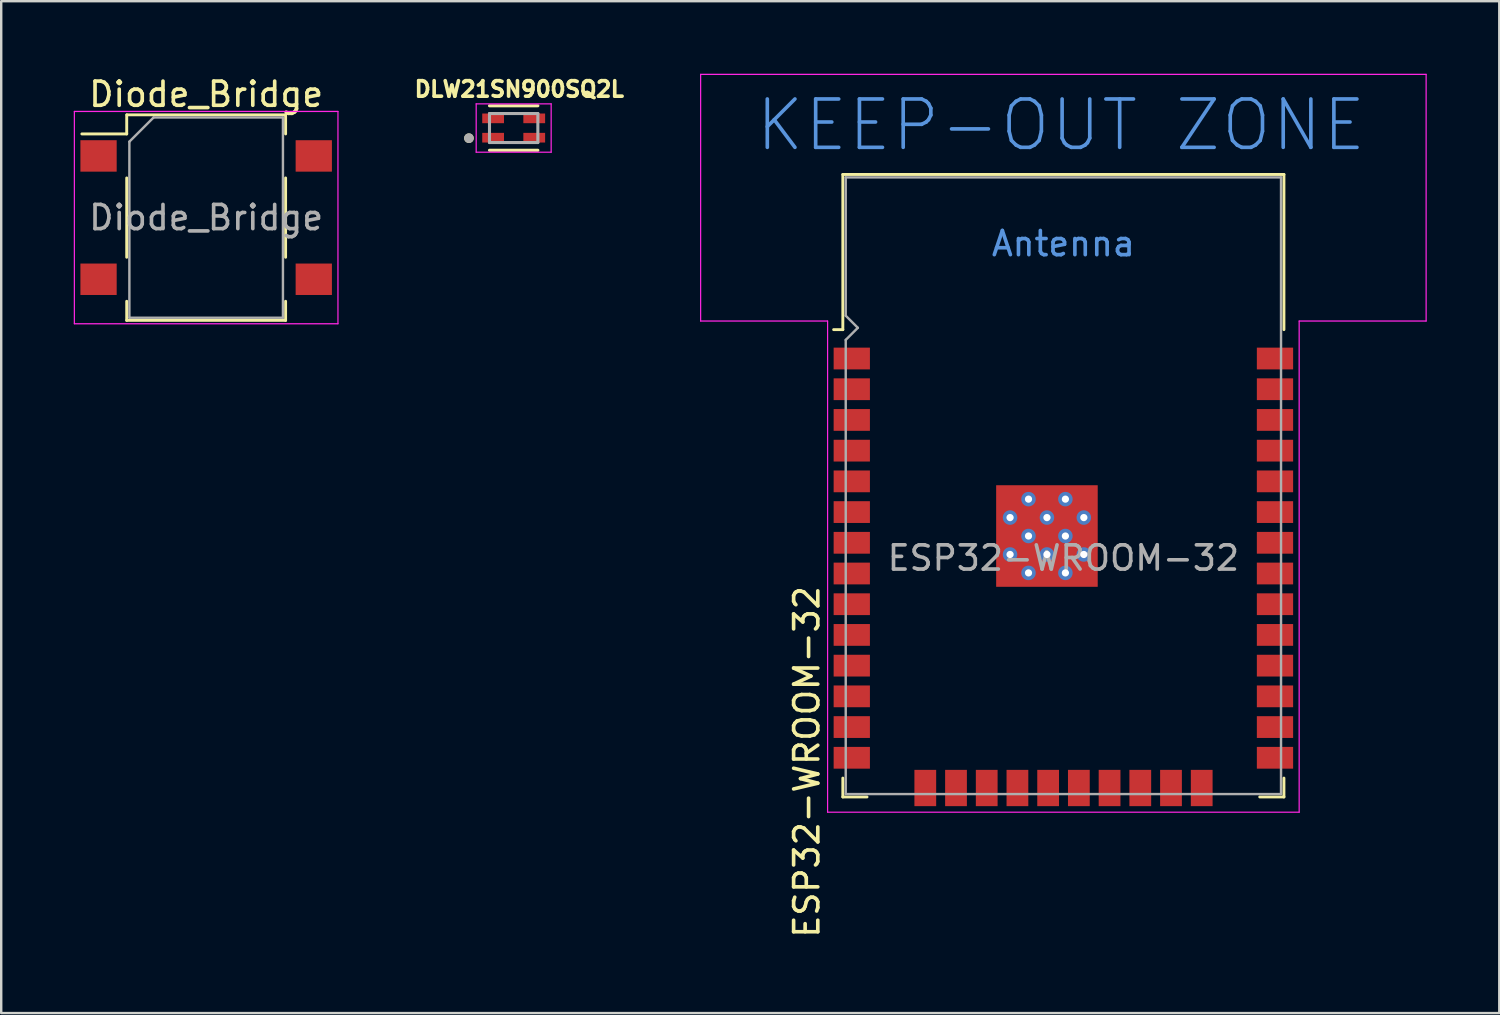
<source format=kicad_pcb>
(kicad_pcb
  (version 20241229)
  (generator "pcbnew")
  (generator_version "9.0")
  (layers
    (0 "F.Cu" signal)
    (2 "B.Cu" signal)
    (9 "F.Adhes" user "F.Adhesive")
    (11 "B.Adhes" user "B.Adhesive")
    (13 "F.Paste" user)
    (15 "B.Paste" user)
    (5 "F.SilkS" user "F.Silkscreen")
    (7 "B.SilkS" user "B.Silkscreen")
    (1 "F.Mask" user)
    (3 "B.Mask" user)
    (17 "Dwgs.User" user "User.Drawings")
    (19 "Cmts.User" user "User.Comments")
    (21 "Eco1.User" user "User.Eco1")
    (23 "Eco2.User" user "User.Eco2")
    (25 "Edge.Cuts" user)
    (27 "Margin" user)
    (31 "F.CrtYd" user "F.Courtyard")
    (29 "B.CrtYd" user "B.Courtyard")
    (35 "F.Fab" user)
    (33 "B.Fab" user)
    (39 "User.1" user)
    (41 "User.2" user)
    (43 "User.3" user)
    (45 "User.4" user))
  (footprint "Diode_Bridge"
    (layer "F.Cu")
    (at 5.475 5.948)
    (property "Reference" "Diode_Bridge" (at 0 -5.1 0) (layer "F.SilkS") (effects (font (size 1 1) (thickness 0.15))))
    (attr smd)
    (fp_line (start -3.285 -4.25) (end -3.285 -3.46) (stroke (width 0.12) (type solid)) (layer "F.SilkS"))
    (fp_line (start -3.285 -3.46) (end -5.14 -3.46) (stroke (width 0.12) (type solid)) (layer "F.SilkS"))
    (fp_line (start -3.285 -1.64) (end -3.285 1.64) (stroke (width 0.12) (type solid)) (layer "F.SilkS"))
    (fp_line (start -3.285 3.46) (end -3.285 4.25) (stroke (width 0.12) (type solid)) (layer "F.SilkS"))
    (fp_line (start -3.285 4.25) (end 3.285 4.25) (stroke (width 0.12) (type solid)) (layer "F.SilkS"))
    (fp_line (start -3.275 -4.25) (end 3.275 -4.25) (stroke (width 0.12) (type solid)) (layer "F.SilkS"))
    (fp_line (start 3.285 -3.46) (end 3.285 -4.25) (stroke (width 0.12) (type solid)) (layer "F.SilkS"))
    (fp_line (start 3.285 -1.64) (end 3.285 1.64) (stroke (width 0.12) (type solid)) (layer "F.SilkS"))
    (fp_line (start 3.285 4.25) (end 3.285 3.46) (stroke (width 0.12) (type solid)) (layer "F.SilkS"))
    (fp_line (start -5.45 -4.39) (end -5.45 4.39) (stroke (width 0.05) (type solid)) (layer "F.CrtYd"))
    (fp_line (start -5.45 -4.39) (end 5.45 -4.39) (stroke (width 0.05) (type solid)) (layer "F.CrtYd"))
    (fp_line (start 5.45 4.39) (end -5.45 4.39) (stroke (width 0.05) (type solid)) (layer "F.CrtYd"))
    (fp_line (start 5.45 4.39) (end 5.45 -4.39) (stroke (width 0.05) (type solid)) (layer "F.CrtYd"))
    (fp_line (start -3.175 -3.14) (end -2.175 -4.14) (stroke (width 0.1) (type solid)) (layer "F.Fab"))
    (fp_line (start -3.175 4.14) (end -3.175 -3.14) (stroke (width 0.1) (type solid)) (layer "F.Fab"))
    (fp_line (start -2.175 -4.14) (end 3.175 -4.14) (stroke (width 0.1) (type solid)) (layer "F.Fab"))
    (fp_line (start 3.175 -4.14) (end 3.175 4.14) (stroke (width 0.1) (type solid)) (layer "F.Fab"))
    (fp_line (start 3.175 4.14) (end -3.175 4.14) (stroke (width 0.1) (type solid)) (layer "F.Fab"))
    (fp_text user "${REFERENCE}" (at 0 0 0) (layer "F.Fab") (effects (font (size 1 1) (thickness 0.15))))
    (pad "1" smd rect (at -4.45 -2.55) (size 1.5 1.3) (layers "F.Cu" "F.Mask" "F.Paste"))
    (pad "2" smd rect (at -4.45 2.55) (size 1.5 1.3) (layers "F.Cu" "F.Mask" "F.Paste"))
    (pad "3" smd rect (at 4.45 2.55) (size 1.5 1.3) (layers "F.Cu" "F.Mask" "F.Paste"))
    (pad "4" smd rect (at 4.45 -2.55) (size 1.5 1.3) (layers "F.Cu" "F.Mask" "F.Paste")))
  (footprint "ESP32-WROOM-32"
    (layer "F.Cu")
    (at 40.922 20.025)
    (property "Reference" "ESP32-WROOM-32" (at -10.61 8.43 90) (layer "F.SilkS") (effects (font (size 1 1) (thickness 0.15))))
    (attr smd)
    (fp_line (start -9.12 -15.86) (end -9.12 -9.445) (stroke (width 0.12) (type solid)) (layer "F.SilkS"))
    (fp_line (start -9.12 -15.86) (end 9.12 -15.86) (stroke (width 0.12) (type solid)) (layer "F.SilkS"))
    (fp_line (start -9.12 -9.445) (end -9.5 -9.445) (stroke (width 0.12) (type solid)) (layer "F.SilkS"))
    (fp_line (start -9.12 9.1) (end -9.12 9.88) (stroke (width 0.12) (type solid)) (layer "F.SilkS"))
    (fp_line (start -9.12 9.88) (end -8.12 9.88) (stroke (width 0.12) (type solid)) (layer "F.SilkS"))
    (fp_line (start 9.12 -15.86) (end 9.12 -9.445) (stroke (width 0.12) (type solid)) (layer "F.SilkS"))
    (fp_line (start 9.12 9.1) (end 9.12 9.88) (stroke (width 0.12) (type solid)) (layer "F.SilkS"))
    (fp_line (start 9.12 9.88) (end 8.12 9.88) (stroke (width 0.12) (type solid)) (layer "F.SilkS"))
    (fp_line (start -15 -20) (end -15 -9.8) (stroke (width 0.05) (type solid)) (layer "F.CrtYd"))
    (fp_line (start -15 -9.8) (end -9.75 -9.8) (stroke (width 0.05) (type solid)) (layer "F.CrtYd"))
    (fp_line (start -9.75 10.51) (end -9.75 -9.8) (stroke (width 0.05) (type solid)) (layer "F.CrtYd"))
    (fp_line (start -9.75 10.51) (end 9.75 10.51) (stroke (width 0.05) (type solid)) (layer "F.CrtYd"))
    (fp_line (start 9.75 -9.8) (end 9.75 10.51) (stroke (width 0.05) (type solid)) (layer "F.CrtYd"))
    (fp_line (start 9.75 -9.8) (end 15 -9.8) (stroke (width 0.05) (type solid)) (layer "F.CrtYd"))
    (fp_line (start 15 -20) (end -15 -20) (stroke (width 0.05) (type solid)) (layer "F.CrtYd"))
    (fp_line (start 15 -9.8) (end 15 -20) (stroke (width 0.05) (type solid)) (layer "F.CrtYd"))
    (fp_line (start -9 -15.74) (end -9 -10.02) (stroke (width 0.1) (type solid)) (layer "F.Fab"))
    (fp_line (start -9 -15.74) (end 9 -15.74) (stroke (width 0.1) (type solid)) (layer "F.Fab"))
    (fp_line (start -9 -9.02) (end -9 9.76) (stroke (width 0.1) (type solid)) (layer "F.Fab"))
    (fp_line (start -9 -9.02) (end -8.5 -9.52) (stroke (width 0.1) (type solid)) (layer "F.Fab"))
    (fp_line (start -9 9.76) (end 9 9.76) (stroke (width 0.1) (type solid)) (layer "F.Fab"))
    (fp_line (start -8.5 -9.52) (end -9 -10.02) (stroke (width 0.1) (type solid)) (layer "F.Fab"))
    (fp_line (start 9 9.76) (end 9 -15.74) (stroke (width 0.1) (type solid)) (layer "F.Fab"))
    (fp_text user "Antenna" (at 0 -13 0) (layer "Cmts.User") (effects (font (size 1 1) (thickness 0.15))))
    (fp_text user "KEEP-OUT ZONE" (at -0.1 -17.9 0) (layer "Cmts.User") (effects (font (size 2 2) (thickness 0.15))))
    (fp_text user "${REFERENCE}" (at 0 0 0) (layer "F.Fab") (effects (font (size 1 1) (thickness 0.15))))
    (pad "1" smd rect (at -8.75 -8.25) (size 1.5 0.9) (layers "F.Cu" "F.Mask" "F.Paste"))
    (pad "2" smd rect (at -8.75 -6.98) (size 1.5 0.9) (layers "F.Cu" "F.Mask" "F.Paste"))
    (pad "3" smd rect (at -8.75 -5.71) (size 1.5 0.9) (layers "F.Cu" "F.Mask" "F.Paste"))
    (pad "4" smd rect (at -8.75 -4.44) (size 1.5 0.9) (layers "F.Cu" "F.Mask" "F.Paste"))
    (pad "5" smd rect (at -8.75 -3.17) (size 1.5 0.9) (layers "F.Cu" "F.Mask" "F.Paste"))
    (pad "6" smd rect (at -8.75 -1.9) (size 1.5 0.9) (layers "F.Cu" "F.Mask" "F.Paste"))
    (pad "7" smd rect (at -8.75 -0.63) (size 1.5 0.9) (layers "F.Cu" "F.Mask" "F.Paste"))
    (pad "8" smd rect (at -8.75 0.64) (size 1.5 0.9) (layers "F.Cu" "F.Mask" "F.Paste"))
    (pad "9" smd rect (at -8.75 1.91) (size 1.5 0.9) (layers "F.Cu" "F.Mask" "F.Paste"))
    (pad "10" smd rect (at -8.75 3.18) (size 1.5 0.9) (layers "F.Cu" "F.Mask" "F.Paste"))
    (pad "11" smd rect (at -8.75 4.45) (size 1.5 0.9) (layers "F.Cu" "F.Mask" "F.Paste"))
    (pad "12" smd rect (at -8.75 5.72) (size 1.5 0.9) (layers "F.Cu" "F.Mask" "F.Paste"))
    (pad "13" smd rect (at -8.75 6.99) (size 1.5 0.9) (layers "F.Cu" "F.Mask" "F.Paste"))
    (pad "14" smd rect (at -8.75 8.26) (size 1.5 0.9) (layers "F.Cu" "F.Mask" "F.Paste"))
    (pad "15" smd rect (at -5.71 9.51 90) (size 1.5 0.9) (layers "F.Cu" "F.Mask" "F.Paste"))
    (pad "16" smd rect (at -4.44 9.51 90) (size 1.5 0.9) (layers "F.Cu" "F.Mask" "F.Paste"))
    (pad "17" smd rect (at -3.17 9.51 90) (size 1.5 0.9) (layers "F.Cu" "F.Mask" "F.Paste"))
    (pad "18" smd rect (at -1.9 9.51 90) (size 1.5 0.9) (layers "F.Cu" "F.Mask" "F.Paste"))
    (pad "19" smd rect (at -0.63 9.51 90) (size 1.5 0.9) (layers "F.Cu" "F.Mask" "F.Paste"))
    (pad "20" smd rect (at 0.64 9.51 90) (size 1.5 0.9) (layers "F.Cu" "F.Mask" "F.Paste"))
    (pad "21" smd rect (at 1.91 9.51 90) (size 1.5 0.9) (layers "F.Cu" "F.Mask" "F.Paste"))
    (pad "22" smd rect (at 3.18 9.51 90) (size 1.5 0.9) (layers "F.Cu" "F.Mask" "F.Paste"))
    (pad "23" smd rect (at 4.45 9.51 90) (size 1.5 0.9) (layers "F.Cu" "F.Mask" "F.Paste"))
    (pad "24" smd rect (at 5.72 9.51 90) (size 1.5 0.9) (layers "F.Cu" "F.Mask" "F.Paste"))
    (pad "25" smd rect (at 8.75 8.26) (size 1.5 0.9) (layers "F.Cu" "F.Mask" "F.Paste"))
    (pad "26" smd rect (at 8.75 6.99) (size 1.5 0.9) (layers "F.Cu" "F.Mask" "F.Paste"))
    (pad "27" smd rect (at 8.75 5.72) (size 1.5 0.9) (layers "F.Cu" "F.Mask" "F.Paste"))
    (pad "28" smd rect (at 8.75 4.45) (size 1.5 0.9) (layers "F.Cu" "F.Mask" "F.Paste"))
    (pad "29" smd rect (at 8.75 3.18) (size 1.5 0.9) (layers "F.Cu" "F.Mask" "F.Paste"))
    (pad "30" smd rect (at 8.75 1.91) (size 1.5 0.9) (layers "F.Cu" "F.Mask" "F.Paste"))
    (pad "31" smd rect (at 8.75 0.64) (size 1.5 0.9) (layers "F.Cu" "F.Mask" "F.Paste"))
    (pad "32" smd rect (at 8.75 -0.63) (size 1.5 0.9) (layers "F.Cu" "F.Mask" "F.Paste"))
    (pad "33" smd rect (at 8.75 -1.9) (size 1.5 0.9) (layers "F.Cu" "F.Mask" "F.Paste"))
    (pad "34" smd rect (at 8.75 -3.17) (size 1.5 0.9) (layers "F.Cu" "F.Mask" "F.Paste"))
    (pad "35" smd rect (at 8.75 -4.44) (size 1.5 0.9) (layers "F.Cu" "F.Mask" "F.Paste"))
    (pad "36" smd rect (at 8.75 -5.71) (size 1.5 0.9) (layers "F.Cu" "F.Mask" "F.Paste"))
    (pad "37" smd rect (at 8.75 -6.98) (size 1.5 0.9) (layers "F.Cu" "F.Mask" "F.Paste"))
    (pad "38" smd rect (at 8.75 -8.25) (size 1.5 0.9) (layers "F.Cu" "F.Mask" "F.Paste"))
    (pad "39" smd rect (at -2.205 -2.435) (size 1.05 1.05) (layers "F.Cu" "F.Paste"))
    (pad "39" thru_hole circle (at -2.205 -1.673) (size 0.6 0.6) (drill 0.3) (property pad_prop_heatsink) (layers "*.Cu" "F.Mask"))
    (pad "39" smd rect (at -2.205 -0.91) (size 1.05 1.05) (layers "F.Cu" "F.Paste"))
    (pad "39" thru_hole circle (at -2.205 -0.147) (size 0.6 0.6) (drill 0.3) (property pad_prop_heatsink) (layers "*.Cu" "F.Mask"))
    (pad "39" smd rect (at -2.205 0.615) (size 1.05 1.05) (layers "F.Cu" "F.Paste"))
    (pad "39" thru_hole circle (at -1.442 -2.435) (size 0.6 0.6) (drill 0.3) (property pad_prop_heatsink) (layers "*.Cu" "F.Mask"))
    (pad "39" thru_hole circle (at -1.442 -0.91) (size 0.6 0.6) (drill 0.3) (property pad_prop_heatsink) (layers "*.Cu" "F.Mask"))
    (pad "39" thru_hole circle (at -1.442 0.615) (size 0.6 0.6) (drill 0.3) (property pad_prop_heatsink) (layers "*.Cu" "F.Mask"))
    (pad "39" smd rect (at -0.68 -2.435) (size 1.05 1.05) (layers "F.Cu" "F.Paste"))
    (pad "39" thru_hole circle (at -0.68 -1.673) (size 0.6 0.6) (drill 0.3) (property pad_prop_heatsink) (layers "*.Cu" "F.Mask"))
    (pad "39" smd rect (at -0.68 -0.91) (size 1.05 1.05) (layers "F.Cu" "F.Paste"))
    (pad "39" smd rect (at -0.68 -0.91) (size 4.2 4.2) (layers "F.Cu" "F.Mask"))
    (pad "39" thru_hole circle (at -0.68 -0.147) (size 0.6 0.6) (drill 0.3) (property pad_prop_heatsink) (layers "*.Cu" "F.Mask"))
    (pad "39" smd rect (at -0.68 0.615) (size 1.05 1.05) (layers "F.Cu" "F.Paste"))
    (pad "39" thru_hole circle (at 0.083 -2.435) (size 0.6 0.6) (drill 0.3) (property pad_prop_heatsink) (layers "*.Cu" "F.Mask"))
    (pad "39" thru_hole circle (at 0.083 -0.91) (size 0.6 0.6) (drill 0.3) (property pad_prop_heatsink) (layers "*.Cu" "F.Mask"))
    (pad "39" thru_hole circle (at 0.083 0.615) (size 0.6 0.6) (drill 0.3) (property pad_prop_heatsink) (layers "*.Cu" "F.Mask"))
    (pad "39" smd rect (at 0.845 -2.435) (size 1.05 1.05) (layers "F.Cu" "F.Paste"))
    (pad "39" thru_hole circle (at 0.845 -1.673) (size 0.6 0.6) (drill 0.3) (property pad_prop_heatsink) (layers "*.Cu" "F.Mask"))
    (pad "39" smd rect (at 0.845 -0.91) (size 1.05 1.05) (layers "F.Cu" "F.Paste"))
    (pad "39" thru_hole circle (at 0.845 -0.147) (size 0.6 0.6) (drill 0.3) (property pad_prop_heatsink) (layers "*.Cu" "F.Mask"))
    (pad "39" smd rect (at 0.845 0.615) (size 1.05 1.05) (layers "F.Cu" "F.Paste"))
    (zone (net_name "") (layers "F.Cu" "B.Cu") (hatch full 0.508) (connect_pads) (min_thickness 0.254) (filled_areas_thickness no) (keepout (tracks not_allowed) (vias not_allowed) (pads not_allowed) (copperpour not_allowed) (footprints not_allowed)) (placement (enabled no)) (fill) (polygon (pts (xy 25.922 10.225) (xy 55.922 10.225) (xy 55.922 0.025) (xy 25.922 0.025)))))
  (footprint "DLW21SN900SQ2L"
    (layer "F.Cu")
    (at 18.191 2.244)
    (property "Reference" "DLW21SN900SQ2L" (at 0.232 -1.606 0) (layer "F.SilkS") (effects (font (size 0.64 0.64) (thickness 0.15))))
    (attr smd)
    (fp_line (start -1 -0.92) (end 1 -0.92) (stroke (width 0.127) (type solid)) (layer "F.SilkS"))
    (fp_line (start 1 0.92) (end -1 0.92) (stroke (width 0.127) (type solid)) (layer "F.SilkS"))
    (fp_circle (center -1.85 0.42) (end -1.75 0.42) (stroke (width 0.2) (type solid)) (fill no) (layer "F.SilkS"))
    (fp_line (start -1.55 -1) (end 1.55 -1) (stroke (width 0.05) (type solid)) (layer "F.CrtYd"))
    (fp_line (start -1.55 1) (end -1.55 -1) (stroke (width 0.05) (type solid)) (layer "F.CrtYd"))
    (fp_line (start 1.55 -1) (end 1.55 1) (stroke (width 0.05) (type solid)) (layer "F.CrtYd"))
    (fp_line (start 1.55 1) (end -1.55 1) (stroke (width 0.05) (type solid)) (layer "F.CrtYd"))
    (fp_line (start -1 -0.6) (end 1 -0.6) (stroke (width 0.127) (type solid)) (layer "F.Fab"))
    (fp_line (start -1 0.6) (end -1 -0.6) (stroke (width 0.127) (type solid)) (layer "F.Fab"))
    (fp_line (start 1 -0.6) (end 1 0.6) (stroke (width 0.127) (type solid)) (layer "F.Fab"))
    (fp_line (start 1 0.6) (end -1 0.6) (stroke (width 0.127) (type solid)) (layer "F.Fab"))
    (fp_circle (center -1.85 0.42) (end -1.75 0.42) (stroke (width 0.2) (type solid)) (fill no) (layer "F.Fab"))
    (pad "1" smd rect (at -0.85 0.4) (size 0.9 0.4) (layers "F.Cu" "F.Mask" "F.Paste"))
    (pad "2" smd rect (at 0.85 0.4) (size 0.9 0.4) (layers "F.Cu" "F.Mask" "F.Paste"))
    (pad "3" smd rect (at 0.85 -0.4) (size 0.9 0.4) (layers "F.Cu" "F.Mask" "F.Paste"))
    (pad "4" smd rect (at -0.85 -0.4) (size 0.9 0.4) (layers "F.Cu" "F.Mask" "F.Paste")))
  (gr_rect
    (start -3 -3)
    (end 58.947 38.842)
    (stroke (width 0.1) (type default))
    (fill no)
    (layer "Edge.Cuts")))
</source>
